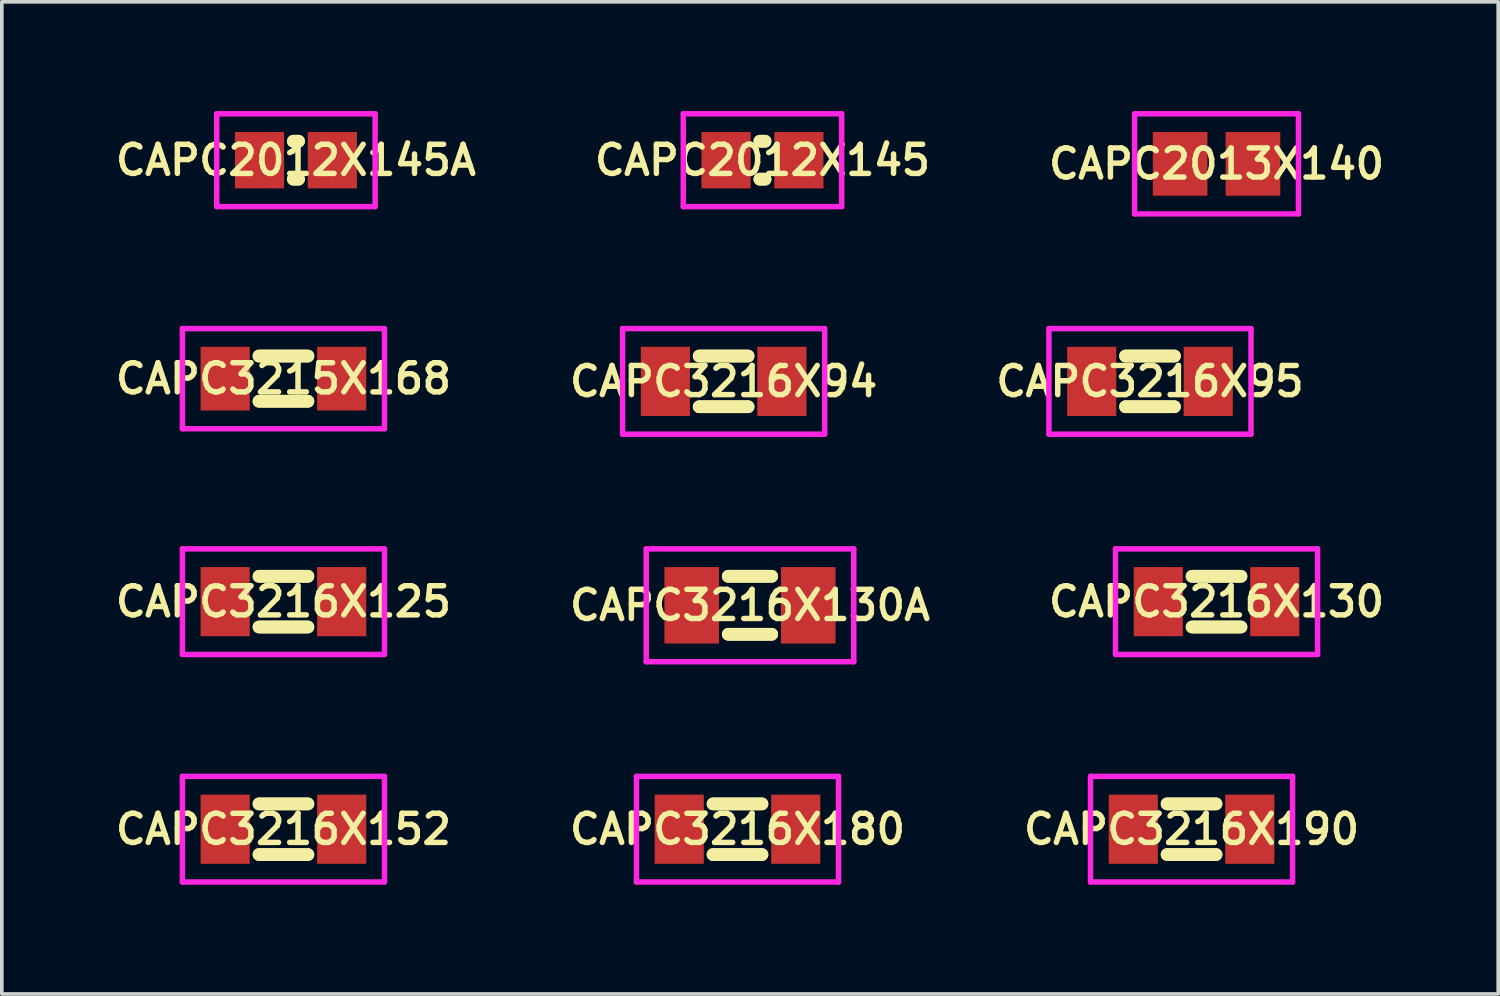
<source format=kicad_pcb>
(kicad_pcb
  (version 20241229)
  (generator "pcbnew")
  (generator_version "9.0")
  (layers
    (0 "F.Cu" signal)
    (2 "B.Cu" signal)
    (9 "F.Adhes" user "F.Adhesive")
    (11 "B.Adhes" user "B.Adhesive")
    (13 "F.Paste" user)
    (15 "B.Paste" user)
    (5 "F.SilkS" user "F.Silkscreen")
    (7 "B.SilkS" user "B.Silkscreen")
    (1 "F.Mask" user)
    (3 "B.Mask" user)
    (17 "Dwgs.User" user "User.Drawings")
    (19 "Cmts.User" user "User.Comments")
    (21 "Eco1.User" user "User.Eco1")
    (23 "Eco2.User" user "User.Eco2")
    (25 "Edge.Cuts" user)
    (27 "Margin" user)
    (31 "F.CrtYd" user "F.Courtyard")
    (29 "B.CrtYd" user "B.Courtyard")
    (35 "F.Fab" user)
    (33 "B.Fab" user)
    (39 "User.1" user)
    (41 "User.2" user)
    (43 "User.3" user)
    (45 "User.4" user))
  (footprint "CAPC2012X145A"
    (layer "F.Cu")
    (at 5.078 1.35)
    (property "Reference" "CAPC2012X145A" (at 0 0 0) (layer "F.SilkS") (effects (font (size 0.8 0.8) (thickness 0.15))))
    (attr smd)
    (fp_line (start -0.071 -0.521) (end 0.071 -0.521) (stroke (width 0.35) (type solid)) (layer "F.SilkS"))
    (fp_line (start -0.071 0.521) (end 0.071 0.521) (stroke (width 0.35) (type solid)) (layer "F.SilkS"))
    (fp_line (start 0.071 -0.521) (end -0.071 -0.521) (stroke (width 0.35) (type solid)) (layer "F.SilkS"))
    (fp_line (start 0.071 0.521) (end -0.071 0.521) (stroke (width 0.35) (type solid)) (layer "F.SilkS"))
    (fp_line (start -2.175 -1.275) (end 2.175 -1.275) (stroke (width 0.15) (type solid)) (layer "F.CrtYd"))
    (fp_line (start -2.175 1.275) (end -2.175 -1.275) (stroke (width 0.15) (type solid)) (layer "F.CrtYd"))
    (fp_line (start 2.175 -1.275) (end 2.175 1.275) (stroke (width 0.15) (type solid)) (layer "F.CrtYd"))
    (fp_line (start 2.175 1.275) (end -2.175 1.275) (stroke (width 0.15) (type solid)) (layer "F.CrtYd"))
    (pad "1" smd rect (at -1 0) (size 1.35 1.55) (layers "F.Cu" "F.Mask" "F.Paste"))
    (pad "2" smd rect (at 1 0) (size 1.35 1.55) (layers "F.Cu" "F.Mask" "F.Paste")))
  (footprint "CAPC3216X95"
    (layer "F.Cu")
    (at 28.535 7.425)
    (property "Reference" "CAPC3216X95" (at 0 0 0) (layer "F.SilkS") (effects (font (size 0.8 0.8) (thickness 0.15))))
    (attr smd)
    (fp_line (start -0.671 -0.696) (end 0.671 -0.696) (stroke (width 0.35) (type solid)) (layer "F.SilkS"))
    (fp_line (start -0.671 0.696) (end 0.671 0.696) (stroke (width 0.35) (type solid)) (layer "F.SilkS"))
    (fp_line (start 0.671 -0.696) (end -0.671 -0.696) (stroke (width 0.35) (type solid)) (layer "F.SilkS"))
    (fp_line (start 0.671 0.696) (end -0.671 0.696) (stroke (width 0.35) (type solid)) (layer "F.SilkS"))
    (fp_line (start -2.775 -1.45) (end 2.775 -1.45) (stroke (width 0.15) (type solid)) (layer "F.CrtYd"))
    (fp_line (start -2.775 1.45) (end -2.775 -1.45) (stroke (width 0.15) (type solid)) (layer "F.CrtYd"))
    (fp_line (start 2.775 -1.45) (end 2.775 1.45) (stroke (width 0.15) (type solid)) (layer "F.CrtYd"))
    (fp_line (start 2.775 1.45) (end -2.775 1.45) (stroke (width 0.15) (type solid)) (layer "F.CrtYd"))
    (pad "1" smd rect (at -1.6 0) (size 1.35 1.9) (layers "F.Cu" "F.Mask" "F.Paste"))
    (pad "2" smd rect (at 1.6 0) (size 1.35 1.9) (layers "F.Cu" "F.Mask" "F.Paste")))
  (footprint "CAPC2012X145"
    (layer "F.Cu")
    (at 17.892 1.35)
    (property "Reference" "CAPC2012X145" (at 0 0 0) (layer "F.SilkS") (effects (font (size 0.8 0.8) (thickness 0.15))))
    (attr smd)
    (fp_line (start -0.071 -0.521) (end 0.071 -0.521) (stroke (width 0.35) (type solid)) (layer "F.SilkS"))
    (fp_line (start -0.071 0.521) (end 0.071 0.521) (stroke (width 0.35) (type solid)) (layer "F.SilkS"))
    (fp_line (start 0.071 -0.521) (end -0.071 -0.521) (stroke (width 0.35) (type solid)) (layer "F.SilkS"))
    (fp_line (start 0.071 0.521) (end -0.071 0.521) (stroke (width 0.35) (type solid)) (layer "F.SilkS"))
    (fp_line (start -2.175 -1.275) (end 2.175 -1.275) (stroke (width 0.15) (type solid)) (layer "F.CrtYd"))
    (fp_line (start -2.175 1.275) (end -2.175 -1.275) (stroke (width 0.15) (type solid)) (layer "F.CrtYd"))
    (fp_line (start 2.175 -1.275) (end 2.175 1.275) (stroke (width 0.15) (type solid)) (layer "F.CrtYd"))
    (fp_line (start 2.175 1.275) (end -2.175 1.275) (stroke (width 0.15) (type solid)) (layer "F.CrtYd"))
    (pad "1" smd rect (at -1 0) (size 1.35 1.55) (layers "F.Cu" "F.Mask" "F.Paste"))
    (pad "2" smd rect (at 1 0) (size 1.35 1.55) (layers "F.Cu" "F.Mask" "F.Paste")))
  (footprint "CAPC3216X180"
    (layer "F.Cu")
    (at 17.206 19.725)
    (property "Reference" "CAPC3216X180" (at 0 0 0) (layer "F.SilkS") (effects (font (size 0.8 0.8) (thickness 0.15))))
    (attr through_hole)
    (fp_line (start -0.671 -0.696) (end 0.671 -0.696) (stroke (width 0.35) (type solid)) (layer "F.SilkS"))
    (fp_line (start -0.671 0.696) (end 0.671 0.696) (stroke (width 0.35) (type solid)) (layer "F.SilkS"))
    (fp_line (start 0.671 -0.696) (end -0.671 -0.696) (stroke (width 0.35) (type solid)) (layer "F.SilkS"))
    (fp_line (start 0.671 0.696) (end -0.671 0.696) (stroke (width 0.35) (type solid)) (layer "F.SilkS"))
    (fp_line (start -2.775 -1.45) (end 2.775 -1.45) (stroke (width 0.15) (type solid)) (layer "F.CrtYd"))
    (fp_line (start -2.775 1.45) (end -2.775 -1.45) (stroke (width 0.15) (type solid)) (layer "F.CrtYd"))
    (fp_line (start 2.775 -1.45) (end 2.775 1.45) (stroke (width 0.15) (type solid)) (layer "F.CrtYd"))
    (fp_line (start 2.775 1.45) (end -2.775 1.45) (stroke (width 0.15) (type solid)) (layer "F.CrtYd"))
    (pad "1" smd rect (at -1.6 0) (size 1.35 1.9) (layers "F.Cu" "F.Mask" "F.Paste"))
    (pad "2" smd rect (at 1.6 0) (size 1.35 1.9) (layers "F.Cu" "F.Mask" "F.Paste")))
  (footprint "CAPC3216X130"
    (layer "F.Cu")
    (at 30.363 13.475)
    (property "Reference" "CAPC3216X130" (at 0 0 0) (layer "F.SilkS") (effects (font (size 0.8 0.8) (thickness 0.15))))
    (attr smd)
    (fp_line (start -0.671 -0.696) (end 0.671 -0.696) (stroke (width 0.35) (type solid)) (layer "F.SilkS"))
    (fp_line (start -0.671 0.696) (end 0.671 0.696) (stroke (width 0.35) (type solid)) (layer "F.SilkS"))
    (fp_line (start 0.671 -0.696) (end -0.671 -0.696) (stroke (width 0.35) (type solid)) (layer "F.SilkS"))
    (fp_line (start 0.671 0.696) (end -0.671 0.696) (stroke (width 0.35) (type solid)) (layer "F.SilkS"))
    (fp_line (start -2.775 -1.45) (end 2.775 -1.45) (stroke (width 0.15) (type solid)) (layer "F.CrtYd"))
    (fp_line (start -2.775 1.45) (end -2.775 -1.45) (stroke (width 0.15) (type solid)) (layer "F.CrtYd"))
    (fp_line (start 2.775 -1.45) (end 2.775 1.45) (stroke (width 0.15) (type solid)) (layer "F.CrtYd"))
    (fp_line (start 2.775 1.45) (end -2.775 1.45) (stroke (width 0.15) (type solid)) (layer "F.CrtYd"))
    (pad "1" smd rect (at -1.6 0) (size 1.35 1.9) (layers "F.Cu" "F.Mask" "F.Paste"))
    (pad "2" smd rect (at 1.6 0) (size 1.35 1.9) (layers "F.Cu" "F.Mask" "F.Paste")))
  (footprint "CAPC2013X140"
    (layer "F.Cu")
    (at 30.363 1.45)
    (property "Reference" "CAPC2013X140" (at 0 0 0) (layer "F.SilkS") (effects (font (size 0.8 0.8) (thickness 0.15))))
    (attr through_hole)
    (fp_line (start -2.25 -1.375) (end 2.25 -1.375) (stroke (width 0.15) (type solid)) (layer "F.CrtYd"))
    (fp_line (start -2.25 1.375) (end -2.25 -1.375) (stroke (width 0.15) (type solid)) (layer "F.CrtYd"))
    (fp_line (start 2.25 -1.375) (end 2.25 1.375) (stroke (width 0.15) (type solid)) (layer "F.CrtYd"))
    (fp_line (start 2.25 1.375) (end -2.25 1.375) (stroke (width 0.15) (type solid)) (layer "F.CrtYd"))
    (pad "1" smd rect (at -1 0) (size 1.5 1.75) (layers "F.Cu" "F.Mask" "F.Paste"))
    (pad "2" smd rect (at 1 0) (size 1.5 1.75) (layers "F.Cu" "F.Mask" "F.Paste")))
  (footprint "CAPC3216X130A"
    (layer "F.Cu")
    (at 17.549 13.575)
    (property "Reference" "CAPC3216X130A" (at 0 0 0) (layer "F.SilkS") (effects (font (size 0.8 0.8) (thickness 0.15))))
    (attr through_hole)
    (fp_line (start -0.596 -0.796) (end 0.596 -0.796) (stroke (width 0.35) (type solid)) (layer "F.SilkS"))
    (fp_line (start -0.596 0.796) (end 0.596 0.796) (stroke (width 0.35) (type solid)) (layer "F.SilkS"))
    (fp_line (start 0.596 -0.796) (end -0.596 -0.796) (stroke (width 0.35) (type solid)) (layer "F.SilkS"))
    (fp_line (start 0.596 0.796) (end -0.596 0.796) (stroke (width 0.35) (type solid)) (layer "F.SilkS"))
    (fp_line (start -2.85 -1.55) (end 2.85 -1.55) (stroke (width 0.15) (type solid)) (layer "F.CrtYd"))
    (fp_line (start -2.85 1.55) (end -2.85 -1.55) (stroke (width 0.15) (type solid)) (layer "F.CrtYd"))
    (fp_line (start 2.85 -1.55) (end 2.85 1.55) (stroke (width 0.15) (type solid)) (layer "F.CrtYd"))
    (fp_line (start 2.85 1.55) (end -2.85 1.55) (stroke (width 0.15) (type solid)) (layer "F.CrtYd"))
    (pad "1" smd rect (at -1.6 0) (size 1.5 2.1) (layers "F.Cu" "F.Mask" "F.Paste"))
    (pad "2" smd rect (at 1.6 0) (size 1.5 2.1) (layers "F.Cu" "F.Mask" "F.Paste")))
  (footprint "CAPC3216X190"
    (layer "F.Cu")
    (at 29.677 19.725)
    (property "Reference" "CAPC3216X190" (at 0 0 0) (layer "F.SilkS") (effects (font (size 0.8 0.8) (thickness 0.15))))
    (attr through_hole)
    (fp_line (start -0.671 -0.696) (end 0.671 -0.696) (stroke (width 0.35) (type solid)) (layer "F.SilkS"))
    (fp_line (start -0.671 0.696) (end 0.671 0.696) (stroke (width 0.35) (type solid)) (layer "F.SilkS"))
    (fp_line (start 0.671 -0.696) (end -0.671 -0.696) (stroke (width 0.35) (type solid)) (layer "F.SilkS"))
    (fp_line (start 0.671 0.696) (end -0.671 0.696) (stroke (width 0.35) (type solid)) (layer "F.SilkS"))
    (fp_line (start -2.775 -1.45) (end 2.775 -1.45) (stroke (width 0.15) (type solid)) (layer "F.CrtYd"))
    (fp_line (start -2.775 1.45) (end -2.775 -1.45) (stroke (width 0.15) (type solid)) (layer "F.CrtYd"))
    (fp_line (start 2.775 -1.45) (end 2.775 1.45) (stroke (width 0.15) (type solid)) (layer "F.CrtYd"))
    (fp_line (start 2.775 1.45) (end -2.775 1.45) (stroke (width 0.15) (type solid)) (layer "F.CrtYd"))
    (pad "1" smd rect (at -1.6 0) (size 1.35 1.9) (layers "F.Cu" "F.Mask" "F.Paste"))
    (pad "2" smd rect (at 1.6 0) (size 1.35 1.9) (layers "F.Cu" "F.Mask" "F.Paste")))
  (footprint "CAPC3216X94"
    (layer "F.Cu")
    (at 16.825 7.425)
    (property "Reference" "CAPC3216X94" (at 0 0 0) (layer "F.SilkS") (effects (font (size 0.8 0.8) (thickness 0.15))))
    (attr smd)
    (fp_line (start -0.671 -0.696) (end 0.671 -0.696) (stroke (width 0.35) (type solid)) (layer "F.SilkS"))
    (fp_line (start -0.671 0.696) (end 0.671 0.696) (stroke (width 0.35) (type solid)) (layer "F.SilkS"))
    (fp_line (start 0.671 -0.696) (end -0.671 -0.696) (stroke (width 0.35) (type solid)) (layer "F.SilkS"))
    (fp_line (start 0.671 0.696) (end -0.671 0.696) (stroke (width 0.35) (type solid)) (layer "F.SilkS"))
    (fp_line (start -2.775 -1.45) (end 2.775 -1.45) (stroke (width 0.15) (type solid)) (layer "F.CrtYd"))
    (fp_line (start -2.775 1.45) (end -2.775 -1.45) (stroke (width 0.15) (type solid)) (layer "F.CrtYd"))
    (fp_line (start 2.775 -1.45) (end 2.775 1.45) (stroke (width 0.15) (type solid)) (layer "F.CrtYd"))
    (fp_line (start 2.775 1.45) (end -2.775 1.45) (stroke (width 0.15) (type solid)) (layer "F.CrtYd"))
    (pad "1" smd rect (at -1.6 0) (size 1.35 1.9) (layers "F.Cu" "F.Mask" "F.Paste"))
    (pad "2" smd rect (at 1.6 0) (size 1.35 1.9) (layers "F.Cu" "F.Mask" "F.Paste")))
  (footprint "CAPC3215X168"
    (layer "F.Cu")
    (at 4.735 7.35)
    (property "Reference" "CAPC3215X168" (at 0 0 0) (layer "F.SilkS") (effects (font (size 0.8 0.8) (thickness 0.15))))
    (attr through_hole)
    (fp_line (start -0.671 -0.621) (end 0.671 -0.621) (stroke (width 0.35) (type solid)) (layer "F.SilkS"))
    (fp_line (start -0.671 0.621) (end 0.671 0.621) (stroke (width 0.35) (type solid)) (layer "F.SilkS"))
    (fp_line (start 0.671 -0.621) (end -0.671 -0.621) (stroke (width 0.35) (type solid)) (layer "F.SilkS"))
    (fp_line (start 0.671 0.621) (end -0.671 0.621) (stroke (width 0.35) (type solid)) (layer "F.SilkS"))
    (fp_line (start -2.775 -1.375) (end 2.775 -1.375) (stroke (width 0.15) (type solid)) (layer "F.CrtYd"))
    (fp_line (start -2.775 1.375) (end -2.775 -1.375) (stroke (width 0.15) (type solid)) (layer "F.CrtYd"))
    (fp_line (start 2.775 -1.375) (end 2.775 1.375) (stroke (width 0.15) (type solid)) (layer "F.CrtYd"))
    (fp_line (start 2.775 1.375) (end -2.775 1.375) (stroke (width 0.15) (type solid)) (layer "F.CrtYd"))
    (pad "1" smd rect (at -1.6 0) (size 1.35 1.75) (layers "F.Cu" "F.Mask" "F.Paste"))
    (pad "2" smd rect (at 1.6 0) (size 1.35 1.75) (layers "F.Cu" "F.Mask" "F.Paste")))
  (footprint "CAPC3216X125"
    (layer "F.Cu")
    (at 4.735 13.475)
    (property "Reference" "CAPC3216X125" (at 0 0 0) (layer "F.SilkS") (effects (font (size 0.8 0.8) (thickness 0.15))))
    (attr through_hole)
    (fp_line (start -0.671 -0.696) (end 0.671 -0.696) (stroke (width 0.35) (type solid)) (layer "F.SilkS"))
    (fp_line (start -0.671 0.696) (end 0.671 0.696) (stroke (width 0.35) (type solid)) (layer "F.SilkS"))
    (fp_line (start 0.671 -0.696) (end -0.671 -0.696) (stroke (width 0.35) (type solid)) (layer "F.SilkS"))
    (fp_line (start 0.671 0.696) (end -0.671 0.696) (stroke (width 0.35) (type solid)) (layer "F.SilkS"))
    (fp_line (start -2.775 -1.45) (end 2.775 -1.45) (stroke (width 0.15) (type solid)) (layer "F.CrtYd"))
    (fp_line (start -2.775 1.45) (end -2.775 -1.45) (stroke (width 0.15) (type solid)) (layer "F.CrtYd"))
    (fp_line (start 2.775 -1.45) (end 2.775 1.45) (stroke (width 0.15) (type solid)) (layer "F.CrtYd"))
    (fp_line (start 2.775 1.45) (end -2.775 1.45) (stroke (width 0.15) (type solid)) (layer "F.CrtYd"))
    (pad "1" smd rect (at -1.6 0) (size 1.35 1.9) (layers "F.Cu" "F.Mask" "F.Paste"))
    (pad "2" smd rect (at 1.6 0) (size 1.35 1.9) (layers "F.Cu" "F.Mask" "F.Paste")))
  (footprint "CAPC3216X152"
    (layer "F.Cu")
    (at 4.735 19.725)
    (property "Reference" "CAPC3216X152" (at 0 0 0) (layer "F.SilkS") (effects (font (size 0.8 0.8) (thickness 0.15))))
    (attr through_hole)
    (fp_line (start -0.671 -0.696) (end 0.671 -0.696) (stroke (width 0.35) (type solid)) (layer "F.SilkS"))
    (fp_line (start -0.671 0.696) (end 0.671 0.696) (stroke (width 0.35) (type solid)) (layer "F.SilkS"))
    (fp_line (start 0.671 -0.696) (end -0.671 -0.696) (stroke (width 0.35) (type solid)) (layer "F.SilkS"))
    (fp_line (start 0.671 0.696) (end -0.671 0.696) (stroke (width 0.35) (type solid)) (layer "F.SilkS"))
    (fp_line (start -2.775 -1.45) (end 2.775 -1.45) (stroke (width 0.15) (type solid)) (layer "F.CrtYd"))
    (fp_line (start -2.775 1.45) (end -2.775 -1.45) (stroke (width 0.15) (type solid)) (layer "F.CrtYd"))
    (fp_line (start 2.775 -1.45) (end 2.775 1.45) (stroke (width 0.15) (type solid)) (layer "F.CrtYd"))
    (fp_line (start 2.775 1.45) (end -2.775 1.45) (stroke (width 0.15) (type solid)) (layer "F.CrtYd"))
    (pad "1" smd rect (at -1.6 0) (size 1.35 1.9) (layers "F.Cu" "F.Mask" "F.Paste"))
    (pad "2" smd rect (at 1.6 0) (size 1.35 1.9) (layers "F.Cu" "F.Mask" "F.Paste")))
  (gr_rect
    (start -3 -3)
    (end 38.099 24.25)
    (stroke (width 0.1) (type default))
    (fill no)
    (layer "Edge.Cuts")))
</source>
